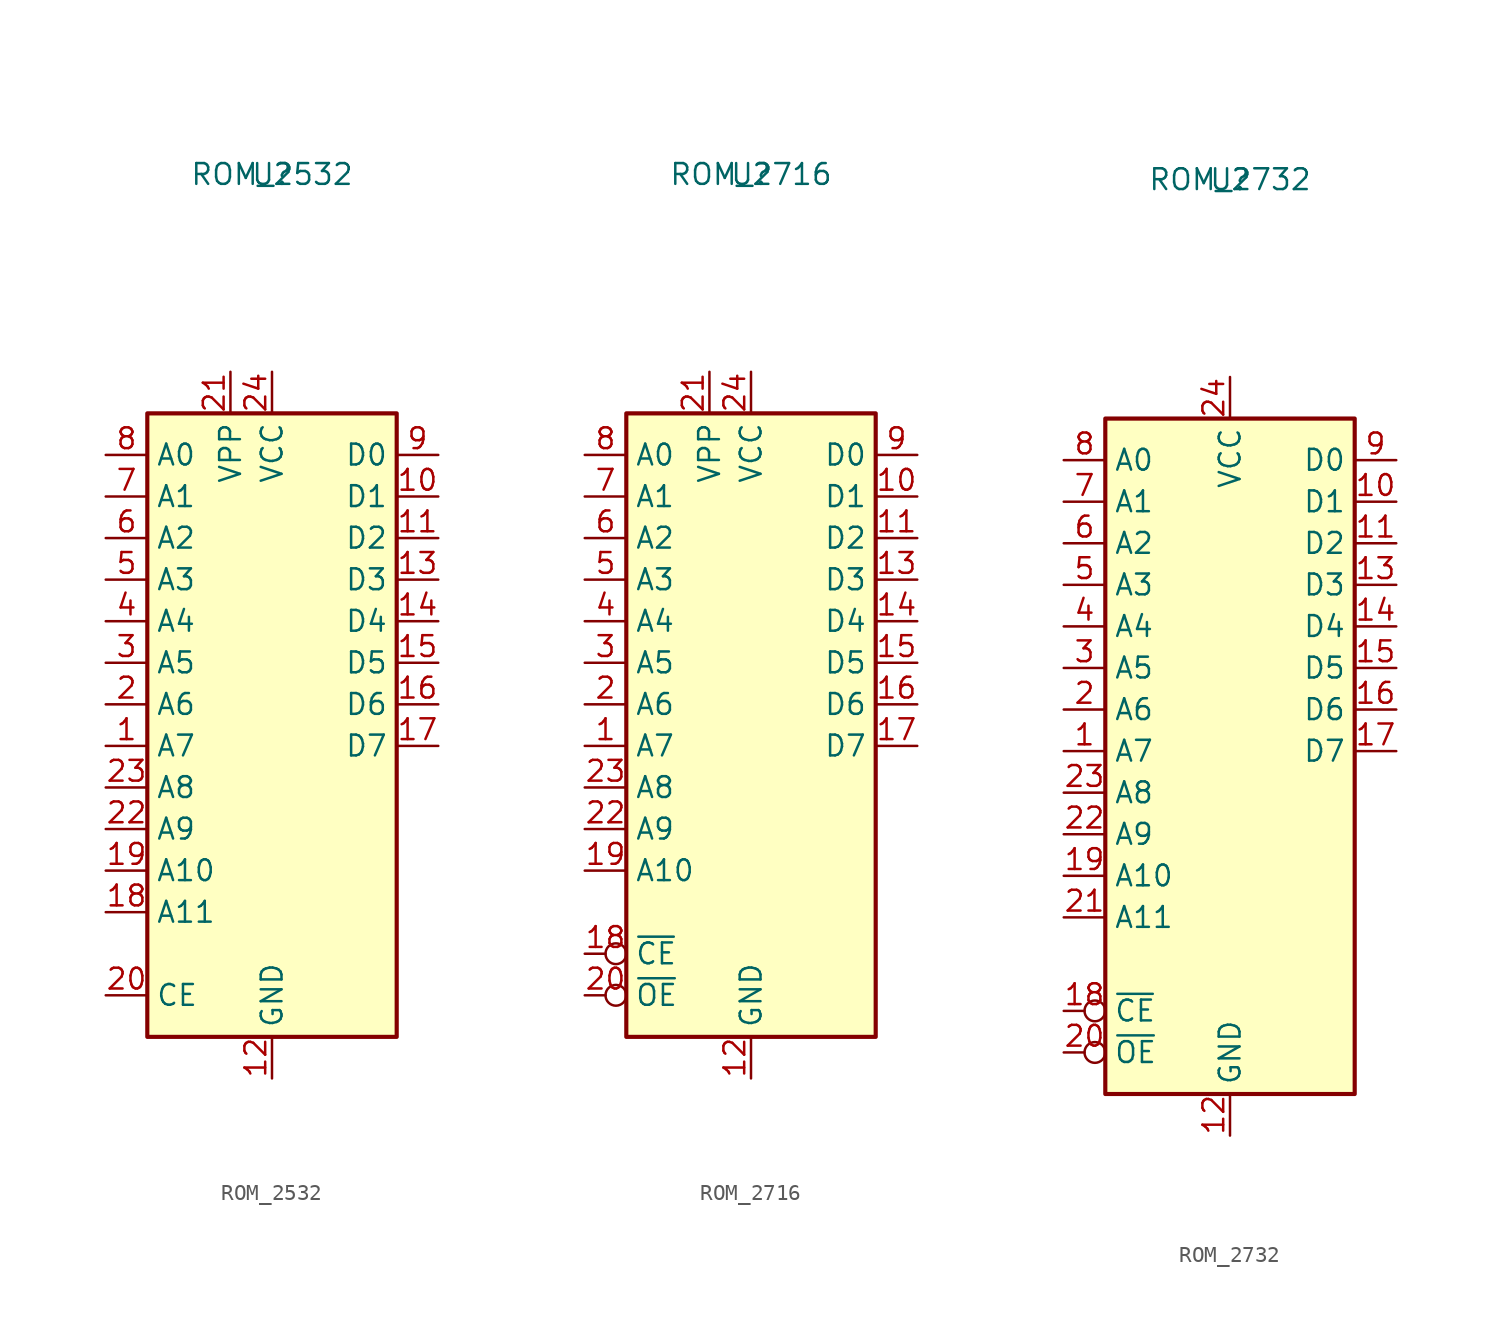
<source format=kicad_sym>
(kicad_symbol_lib
  (version 20241209)
  (generator "kicad_symbol_editor")
  (generator_version "9.0")
  (symbol "ROM_2532"
    (property "Reference" "U"
      (at 0 0 0)
      (effects (font (size 1.27 1.27))))
    (property "Value" "ROM_2532"
      (at 0 0 0)
      (effects (font (size 1.27 1.27))))
    (symbol "ROM_2532_1_1"
      (rectangle (start -7.62 -14.605) (end 7.62 -52.705) (stroke (width 0.254) (type default)) (fill (type background)))
      (pin input line (at -10.16 -17.145 0) (length 2.54) (name "A0" (effects (font (size 1.27 1.27)))) (number "8" (effects (font (size 1.27 1.27)))))
      (pin input line (at -10.16 -19.685 0) (length 2.54) (name "A1" (effects (font (size 1.27 1.27)))) (number "7" (effects (font (size 1.27 1.27)))))
      (pin input line (at -10.16 -22.225 0) (length 2.54) (name "A2" (effects (font (size 1.27 1.27)))) (number "6" (effects (font (size 1.27 1.27)))))
      (pin input line (at -10.16 -24.765 0) (length 2.54) (name "A3" (effects (font (size 1.27 1.27)))) (number "5" (effects (font (size 1.27 1.27)))))
      (pin input line (at -10.16 -27.305 0) (length 2.54) (name "A4" (effects (font (size 1.27 1.27)))) (number "4" (effects (font (size 1.27 1.27)))))
      (pin input line (at -10.16 -29.845 0) (length 2.54) (name "A5" (effects (font (size 1.27 1.27)))) (number "3" (effects (font (size 1.27 1.27)))))
      (pin input line (at -10.16 -32.385 0) (length 2.54) (name "A6" (effects (font (size 1.27 1.27)))) (number "2" (effects (font (size 1.27 1.27)))))
      (pin input line (at -10.16 -34.925 0) (length 2.54) (name "A7" (effects (font (size 1.27 1.27)))) (number "1" (effects (font (size 1.27 1.27)))))
      (pin input line (at -10.16 -37.465 0) (length 2.54) (name "A8" (effects (font (size 1.27 1.27)))) (number "23" (effects (font (size 1.27 1.27)))))
      (pin input line (at -10.16 -40.005 0) (length 2.54) (name "A9" (effects (font (size 1.27 1.27)))) (number "22" (effects (font (size 1.27 1.27)))))
      (pin input line (at -10.16 -42.545 0) (length 2.54) (name "A10" (effects (font (size 1.27 1.27)))) (number "19" (effects (font (size 1.27 1.27)))))
      (pin input line (at -10.16 -45.085 0) (length 2.54) (name "A11" (effects (font (size 1.27 1.27)))) (number "18" (effects (font (size 1.27 1.27)))))
      (pin input line (at -10.16 -50.165 0) (length 2.54) (name "CE" (effects (font (size 1.27 1.27)))) (number "20" (effects (font (size 1.27 1.27)))))
      (pin power_in line (at -2.54 -12.065 270) (length 2.54) (name "VPP" (effects (font (size 1.27 1.27)))) (number "21" (effects (font (size 1.27 1.27)))))
      (pin power_in line (at 0 -12.065 270) (length 2.54) (name "VCC" (effects (font (size 1.27 1.27)))) (number "24" (effects (font (size 1.27 1.27)))))
      (pin power_in line (at 0 -55.245 90) (length 2.54) (name "GND" (effects (font (size 1.27 1.27)))) (number "12" (effects (font (size 1.27 1.27)))))
      (pin tri_state line (at 10.16 -17.145 180) (length 2.54) (name "D0" (effects (font (size 1.27 1.27)))) (number "9" (effects (font (size 1.27 1.27)))))
      (pin tri_state line (at 10.16 -19.685 180) (length 2.54) (name "D1" (effects (font (size 1.27 1.27)))) (number "10" (effects (font (size 1.27 1.27)))))
      (pin tri_state line (at 10.16 -22.225 180) (length 2.54) (name "D2" (effects (font (size 1.27 1.27)))) (number "11" (effects (font (size 1.27 1.27)))))
      (pin tri_state line (at 10.16 -24.765 180) (length 2.54) (name "D3" (effects (font (size 1.27 1.27)))) (number "13" (effects (font (size 1.27 1.27)))))
      (pin tri_state line (at 10.16 -27.305 180) (length 2.54) (name "D4" (effects (font (size 1.27 1.27)))) (number "14" (effects (font (size 1.27 1.27)))))
      (pin tri_state line (at 10.16 -29.845 180) (length 2.54) (name "D5" (effects (font (size 1.27 1.27)))) (number "15" (effects (font (size 1.27 1.27)))))
      (pin tri_state line (at 10.16 -32.385 180) (length 2.54) (name "D6" (effects (font (size 1.27 1.27)))) (number "16" (effects (font (size 1.27 1.27)))))
      (pin tri_state line (at 10.16 -34.925 180) (length 2.54) (name "D7" (effects (font (size 1.27 1.27)))) (number "17" (effects (font (size 1.27 1.27)))))))
  (symbol "ROM_2716"
    (property "Reference" "U"
      (at 0 0 0)
      (effects (font (size 1.27 1.27))))
    (property "Value" "ROM_2716"
      (at 0 0 0)
      (effects (font (size 1.27 1.27))))
    (symbol "ROM_2716_1_1"
      (rectangle (start -7.62 -14.605) (end 7.62 -52.705) (stroke (width 0.254) (type default)) (fill (type background)))
      (pin input line (at -10.16 -17.145 0) (length 2.54) (name "A0" (effects (font (size 1.27 1.27)))) (number "8" (effects (font (size 1.27 1.27)))))
      (pin input line (at -10.16 -19.685 0) (length 2.54) (name "A1" (effects (font (size 1.27 1.27)))) (number "7" (effects (font (size 1.27 1.27)))))
      (pin input line (at -10.16 -22.225 0) (length 2.54) (name "A2" (effects (font (size 1.27 1.27)))) (number "6" (effects (font (size 1.27 1.27)))))
      (pin input line (at -10.16 -24.765 0) (length 2.54) (name "A3" (effects (font (size 1.27 1.27)))) (number "5" (effects (font (size 1.27 1.27)))))
      (pin input line (at -10.16 -27.305 0) (length 2.54) (name "A4" (effects (font (size 1.27 1.27)))) (number "4" (effects (font (size 1.27 1.27)))))
      (pin input line (at -10.16 -29.845 0) (length 2.54) (name "A5" (effects (font (size 1.27 1.27)))) (number "3" (effects (font (size 1.27 1.27)))))
      (pin input line (at -10.16 -32.385 0) (length 2.54) (name "A6" (effects (font (size 1.27 1.27)))) (number "2" (effects (font (size 1.27 1.27)))))
      (pin input line (at -10.16 -34.925 0) (length 2.54) (name "A7" (effects (font (size 1.27 1.27)))) (number "1" (effects (font (size 1.27 1.27)))))
      (pin input line (at -10.16 -37.465 0) (length 2.54) (name "A8" (effects (font (size 1.27 1.27)))) (number "23" (effects (font (size 1.27 1.27)))))
      (pin input line (at -10.16 -40.005 0) (length 2.54) (name "A9" (effects (font (size 1.27 1.27)))) (number "22" (effects (font (size 1.27 1.27)))))
      (pin input line (at -10.16 -42.545 0) (length 2.54) (name "A10" (effects (font (size 1.27 1.27)))) (number "19" (effects (font (size 1.27 1.27)))))
      (pin input inverted (at -10.16 -47.625 0) (length 2.54) (name "~{CE}" (effects (font (size 1.27 1.27)))) (number "18" (effects (font (size 1.27 1.27)))))
      (pin input inverted (at -10.16 -50.165 0) (length 2.54) (name "~{OE}" (effects (font (size 1.27 1.27)))) (number "20" (effects (font (size 1.27 1.27)))))
      (pin power_in line (at -2.54 -12.065 270) (length 2.54) (name "VPP" (effects (font (size 1.27 1.27)))) (number "21" (effects (font (size 1.27 1.27)))))
      (pin power_in line (at 0 -12.065 270) (length 2.54) (name "VCC" (effects (font (size 1.27 1.27)))) (number "24" (effects (font (size 1.27 1.27)))))
      (pin power_in line (at 0 -55.245 90) (length 2.54) (name "GND" (effects (font (size 1.27 1.27)))) (number "12" (effects (font (size 1.27 1.27)))))
      (pin tri_state line (at 10.16 -17.145 180) (length 2.54) (name "D0" (effects (font (size 1.27 1.27)))) (number "9" (effects (font (size 1.27 1.27)))))
      (pin tri_state line (at 10.16 -19.685 180) (length 2.54) (name "D1" (effects (font (size 1.27 1.27)))) (number "10" (effects (font (size 1.27 1.27)))))
      (pin tri_state line (at 10.16 -22.225 180) (length 2.54) (name "D2" (effects (font (size 1.27 1.27)))) (number "11" (effects (font (size 1.27 1.27)))))
      (pin tri_state line (at 10.16 -24.765 180) (length 2.54) (name "D3" (effects (font (size 1.27 1.27)))) (number "13" (effects (font (size 1.27 1.27)))))
      (pin tri_state line (at 10.16 -27.305 180) (length 2.54) (name "D4" (effects (font (size 1.27 1.27)))) (number "14" (effects (font (size 1.27 1.27)))))
      (pin tri_state line (at 10.16 -29.845 180) (length 2.54) (name "D5" (effects (font (size 1.27 1.27)))) (number "15" (effects (font (size 1.27 1.27)))))
      (pin tri_state line (at 10.16 -32.385 180) (length 2.54) (name "D6" (effects (font (size 1.27 1.27)))) (number "16" (effects (font (size 1.27 1.27)))))
      (pin tri_state line (at 10.16 -34.925 180) (length 2.54) (name "D7" (effects (font (size 1.27 1.27)))) (number "17" (effects (font (size 1.27 1.27)))))))
  (symbol "ROM_2732"
    (property "Reference" "U"
      (at 0 0 0)
      (effects (font (size 1.27 1.27))))
    (property "Value" "ROM_2732"
      (at 0 0 0)
      (effects (font (size 1.27 1.27))))
    (symbol "ROM_2732_1_1"
      (rectangle (start -7.62 -14.605) (end 7.62 -55.88) (stroke (width 0.254) (type default)) (fill (type background)))
      (pin input line (at -10.16 -17.145 0) (length 2.54) (name "A0" (effects (font (size 1.27 1.27)))) (number "8" (effects (font (size 1.27 1.27)))))
      (pin input line (at -10.16 -19.685 0) (length 2.54) (name "A1" (effects (font (size 1.27 1.27)))) (number "7" (effects (font (size 1.27 1.27)))))
      (pin input line (at -10.16 -22.225 0) (length 2.54) (name "A2" (effects (font (size 1.27 1.27)))) (number "6" (effects (font (size 1.27 1.27)))))
      (pin input line (at -10.16 -24.765 0) (length 2.54) (name "A3" (effects (font (size 1.27 1.27)))) (number "5" (effects (font (size 1.27 1.27)))))
      (pin input line (at -10.16 -27.305 0) (length 2.54) (name "A4" (effects (font (size 1.27 1.27)))) (number "4" (effects (font (size 1.27 1.27)))))
      (pin input line (at -10.16 -29.845 0) (length 2.54) (name "A5" (effects (font (size 1.27 1.27)))) (number "3" (effects (font (size 1.27 1.27)))))
      (pin input line (at -10.16 -32.385 0) (length 2.54) (name "A6" (effects (font (size 1.27 1.27)))) (number "2" (effects (font (size 1.27 1.27)))))
      (pin input line (at -10.16 -34.925 0) (length 2.54) (name "A7" (effects (font (size 1.27 1.27)))) (number "1" (effects (font (size 1.27 1.27)))))
      (pin input line (at -10.16 -37.465 0) (length 2.54) (name "A8" (effects (font (size 1.27 1.27)))) (number "23" (effects (font (size 1.27 1.27)))))
      (pin input line (at -10.16 -40.005 0) (length 2.54) (name "A9" (effects (font (size 1.27 1.27)))) (number "22" (effects (font (size 1.27 1.27)))))
      (pin input line (at -10.16 -42.545 0) (length 2.54) (name "A10" (effects (font (size 1.27 1.27)))) (number "19" (effects (font (size 1.27 1.27)))))
      (pin input line (at -10.16 -45.085 0) (length 2.54) (name "A11" (effects (font (size 1.27 1.27)))) (number "21" (effects (font (size 1.27 1.27)))))
      (pin input inverted (at -10.16 -50.8 0) (length 2.54) (name "~{CE}" (effects (font (size 1.27 1.27)))) (number "18" (effects (font (size 1.27 1.27)))))
      (pin input inverted (at -10.16 -53.34 0) (length 2.54) (name "~{OE}" (effects (font (size 1.27 1.27)))) (number "20" (effects (font (size 1.27 1.27)))))
      (pin power_in line (at 0 -12.065 270) (length 2.54) (name "VCC" (effects (font (size 1.27 1.27)))) (number "24" (effects (font (size 1.27 1.27)))))
      (pin power_in line (at 0 -58.42 90) (length 2.54) (name "GND" (effects (font (size 1.27 1.27)))) (number "12" (effects (font (size 1.27 1.27)))))
      (pin tri_state line (at 10.16 -17.145 180) (length 2.54) (name "D0" (effects (font (size 1.27 1.27)))) (number "9" (effects (font (size 1.27 1.27)))))
      (pin tri_state line (at 10.16 -19.685 180) (length 2.54) (name "D1" (effects (font (size 1.27 1.27)))) (number "10" (effects (font (size 1.27 1.27)))))
      (pin tri_state line (at 10.16 -22.225 180) (length 2.54) (name "D2" (effects (font (size 1.27 1.27)))) (number "11" (effects (font (size 1.27 1.27)))))
      (pin tri_state line (at 10.16 -24.765 180) (length 2.54) (name "D3" (effects (font (size 1.27 1.27)))) (number "13" (effects (font (size 1.27 1.27)))))
      (pin tri_state line (at 10.16 -27.305 180) (length 2.54) (name "D4" (effects (font (size 1.27 1.27)))) (number "14" (effects (font (size 1.27 1.27)))))
      (pin tri_state line (at 10.16 -29.845 180) (length 2.54) (name "D5" (effects (font (size 1.27 1.27)))) (number "15" (effects (font (size 1.27 1.27)))))
      (pin tri_state line (at 10.16 -32.385 180) (length 2.54) (name "D6" (effects (font (size 1.27 1.27)))) (number "16" (effects (font (size 1.27 1.27)))))
      (pin tri_state line (at 10.16 -34.925 180) (length 2.54) (name "D7" (effects (font (size 1.27 1.27)))) (number "17" (effects (font (size 1.27 1.27))))))))
</source>
